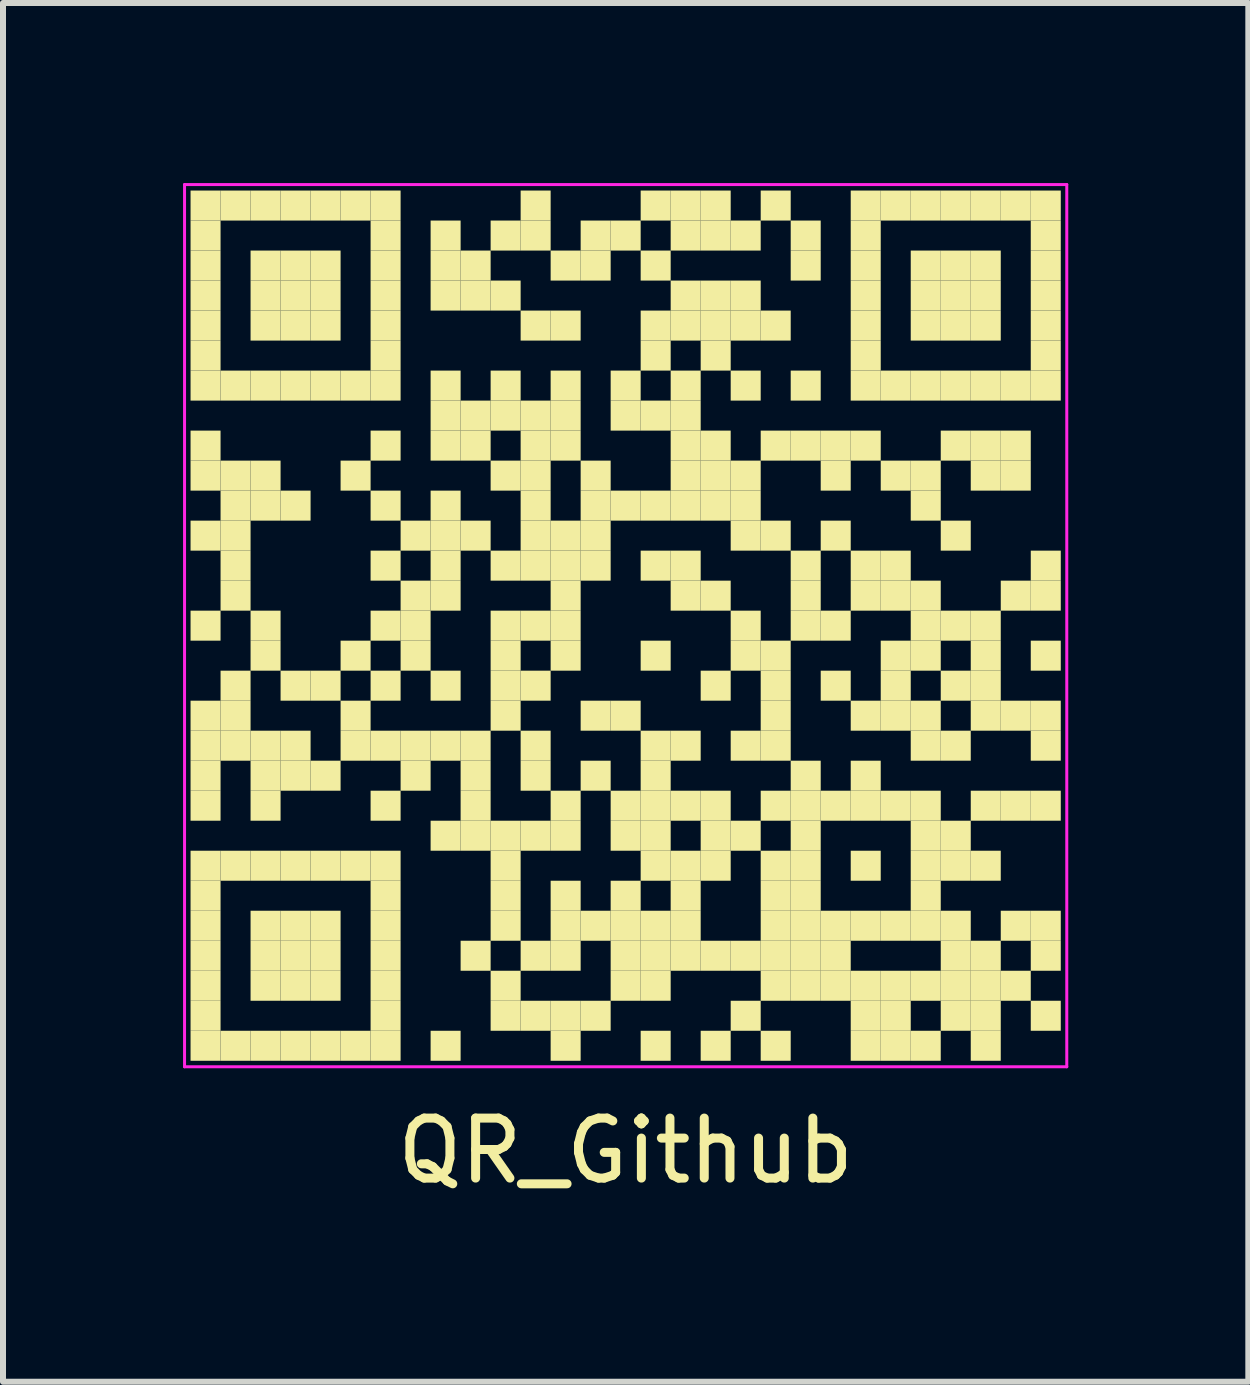
<source format=kicad_pcb>
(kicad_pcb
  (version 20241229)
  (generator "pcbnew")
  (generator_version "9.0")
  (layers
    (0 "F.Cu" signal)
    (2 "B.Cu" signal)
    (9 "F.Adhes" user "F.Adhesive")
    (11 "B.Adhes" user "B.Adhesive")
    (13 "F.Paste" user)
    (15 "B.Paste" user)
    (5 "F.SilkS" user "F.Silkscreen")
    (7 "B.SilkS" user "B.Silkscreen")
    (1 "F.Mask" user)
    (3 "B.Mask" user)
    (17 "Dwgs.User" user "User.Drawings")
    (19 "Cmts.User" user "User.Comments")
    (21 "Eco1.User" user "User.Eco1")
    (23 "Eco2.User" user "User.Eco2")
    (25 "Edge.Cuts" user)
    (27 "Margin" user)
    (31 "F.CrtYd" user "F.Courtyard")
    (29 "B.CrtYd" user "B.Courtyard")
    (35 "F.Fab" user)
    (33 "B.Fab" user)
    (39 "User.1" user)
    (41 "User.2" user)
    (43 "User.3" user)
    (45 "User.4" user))
  (footprint "QR_Github"
    (layer "F.Cu")
    (at 7.375 7.375)
    (property "Reference" "QR_Github" (at 0 8.75 0) (layer "F.SilkS") (effects (font (size 1 1) (thickness 0.15))))
    (fp_rect (start -7.25 -7.25) (end -6.75 -6.75) (stroke (width 0) (type default)) (fill yes) (layer "F.SilkS"))
    (fp_rect (start -7.25 -6.75) (end -6.75 -6.25) (stroke (width 0) (type default)) (fill yes) (layer "F.SilkS"))
    (fp_rect (start -7.25 -6.25) (end -6.75 -5.75) (stroke (width 0) (type default)) (fill yes) (layer "F.SilkS"))
    (fp_rect (start -7.25 -5.75) (end -6.75 -5.25) (stroke (width 0) (type default)) (fill yes) (layer "F.SilkS"))
    (fp_rect (start -7.25 -5.25) (end -6.75 -4.75) (stroke (width 0) (type default)) (fill yes) (layer "F.SilkS"))
    (fp_rect (start -7.25 -4.75) (end -6.75 -4.25) (stroke (width 0) (type default)) (fill yes) (layer "F.SilkS"))
    (fp_rect (start -7.25 -4.25) (end -6.75 -3.75) (stroke (width 0) (type default)) (fill yes) (layer "F.SilkS"))
    (fp_rect (start -7.25 -3.25) (end -6.75 -2.75) (stroke (width 0) (type default)) (fill yes) (layer "F.SilkS"))
    (fp_rect (start -7.25 -2.75) (end -6.75 -2.25) (stroke (width 0) (type default)) (fill yes) (layer "F.SilkS"))
    (fp_rect (start -7.25 -1.75) (end -6.75 -1.25) (stroke (width 0) (type default)) (fill yes) (layer "F.SilkS"))
    (fp_rect (start -7.25 -0.25) (end -6.75 0.25) (stroke (width 0) (type default)) (fill yes) (layer "F.SilkS"))
    (fp_rect (start -7.25 1.25) (end -6.75 1.75) (stroke (width 0) (type default)) (fill yes) (layer "F.SilkS"))
    (fp_rect (start -7.25 1.75) (end -6.75 2.25) (stroke (width 0) (type default)) (fill yes) (layer "F.SilkS"))
    (fp_rect (start -7.25 2.25) (end -6.75 2.75) (stroke (width 0) (type default)) (fill yes) (layer "F.SilkS"))
    (fp_rect (start -7.25 2.75) (end -6.75 3.25) (stroke (width 0) (type default)) (fill yes) (layer "F.SilkS"))
    (fp_rect (start -7.25 3.75) (end -6.75 4.25) (stroke (width 0) (type default)) (fill yes) (layer "F.SilkS"))
    (fp_rect (start -7.25 4.25) (end -6.75 4.75) (stroke (width 0) (type default)) (fill yes) (layer "F.SilkS"))
    (fp_rect (start -7.25 4.75) (end -6.75 5.25) (stroke (width 0) (type default)) (fill yes) (layer "F.SilkS"))
    (fp_rect (start -7.25 5.25) (end -6.75 5.75) (stroke (width 0) (type default)) (fill yes) (layer "F.SilkS"))
    (fp_rect (start -7.25 5.75) (end -6.75 6.25) (stroke (width 0) (type default)) (fill yes) (layer "F.SilkS"))
    (fp_rect (start -7.25 6.25) (end -6.75 6.75) (stroke (width 0) (type default)) (fill yes) (layer "F.SilkS"))
    (fp_rect (start -7.25 6.75) (end -6.75 7.25) (stroke (width 0) (type default)) (fill yes) (layer "F.SilkS"))
    (fp_rect (start -6.75 -7.25) (end -6.25 -6.75) (stroke (width 0) (type default)) (fill yes) (layer "F.SilkS"))
    (fp_rect (start -6.75 -4.25) (end -6.25 -3.75) (stroke (width 0) (type default)) (fill yes) (layer "F.SilkS"))
    (fp_rect (start -6.75 -2.75) (end -6.25 -2.25) (stroke (width 0) (type default)) (fill yes) (layer "F.SilkS"))
    (fp_rect (start -6.75 -2.25) (end -6.25 -1.75) (stroke (width 0) (type default)) (fill yes) (layer "F.SilkS"))
    (fp_rect (start -6.75 -1.75) (end -6.25 -1.25) (stroke (width 0) (type default)) (fill yes) (layer "F.SilkS"))
    (fp_rect (start -6.75 -1.25) (end -6.25 -0.75) (stroke (width 0) (type default)) (fill yes) (layer "F.SilkS"))
    (fp_rect (start -6.75 -0.75) (end -6.25 -0.25) (stroke (width 0) (type default)) (fill yes) (layer "F.SilkS"))
    (fp_rect (start -6.75 0.75) (end -6.25 1.25) (stroke (width 0) (type default)) (fill yes) (layer "F.SilkS"))
    (fp_rect (start -6.75 1.25) (end -6.25 1.75) (stroke (width 0) (type default)) (fill yes) (layer "F.SilkS"))
    (fp_rect (start -6.75 1.75) (end -6.25 2.25) (stroke (width 0) (type default)) (fill yes) (layer "F.SilkS"))
    (fp_rect (start -6.75 3.75) (end -6.25 4.25) (stroke (width 0) (type default)) (fill yes) (layer "F.SilkS"))
    (fp_rect (start -6.75 6.75) (end -6.25 7.25) (stroke (width 0) (type default)) (fill yes) (layer "F.SilkS"))
    (fp_rect (start -6.25 -7.25) (end -5.75 -6.75) (stroke (width 0) (type default)) (fill yes) (layer "F.SilkS"))
    (fp_rect (start -6.25 -6.25) (end -5.75 -5.75) (stroke (width 0) (type default)) (fill yes) (layer "F.SilkS"))
    (fp_rect (start -6.25 -5.75) (end -5.75 -5.25) (stroke (width 0) (type default)) (fill yes) (layer "F.SilkS"))
    (fp_rect (start -6.25 -5.25) (end -5.75 -4.75) (stroke (width 0) (type default)) (fill yes) (layer "F.SilkS"))
    (fp_rect (start -6.25 -4.25) (end -5.75 -3.75) (stroke (width 0) (type default)) (fill yes) (layer "F.SilkS"))
    (fp_rect (start -6.25 -2.75) (end -5.75 -2.25) (stroke (width 0) (type default)) (fill yes) (layer "F.SilkS"))
    (fp_rect (start -6.25 -2.25) (end -5.75 -1.75) (stroke (width 0) (type default)) (fill yes) (layer "F.SilkS"))
    (fp_rect (start -6.25 -0.25) (end -5.75 0.25) (stroke (width 0) (type default)) (fill yes) (layer "F.SilkS"))
    (fp_rect (start -6.25 0.25) (end -5.75 0.75) (stroke (width 0) (type default)) (fill yes) (layer "F.SilkS"))
    (fp_rect (start -6.25 1.75) (end -5.75 2.25) (stroke (width 0) (type default)) (fill yes) (layer "F.SilkS"))
    (fp_rect (start -6.25 2.25) (end -5.75 2.75) (stroke (width 0) (type default)) (fill yes) (layer "F.SilkS"))
    (fp_rect (start -6.25 2.75) (end -5.75 3.25) (stroke (width 0) (type default)) (fill yes) (layer "F.SilkS"))
    (fp_rect (start -6.25 3.75) (end -5.75 4.25) (stroke (width 0) (type default)) (fill yes) (layer "F.SilkS"))
    (fp_rect (start -6.25 4.75) (end -5.75 5.25) (stroke (width 0) (type default)) (fill yes) (layer "F.SilkS"))
    (fp_rect (start -6.25 5.25) (end -5.75 5.75) (stroke (width 0) (type default)) (fill yes) (layer "F.SilkS"))
    (fp_rect (start -6.25 5.75) (end -5.75 6.25) (stroke (width 0) (type default)) (fill yes) (layer "F.SilkS"))
    (fp_rect (start -6.25 6.75) (end -5.75 7.25) (stroke (width 0) (type default)) (fill yes) (layer "F.SilkS"))
    (fp_rect (start -5.75 -7.25) (end -5.25 -6.75) (stroke (width 0) (type default)) (fill yes) (layer "F.SilkS"))
    (fp_rect (start -5.75 -6.25) (end -5.25 -5.75) (stroke (width 0) (type default)) (fill yes) (layer "F.SilkS"))
    (fp_rect (start -5.75 -5.75) (end -5.25 -5.25) (stroke (width 0) (type default)) (fill yes) (layer "F.SilkS"))
    (fp_rect (start -5.75 -5.25) (end -5.25 -4.75) (stroke (width 0) (type default)) (fill yes) (layer "F.SilkS"))
    (fp_rect (start -5.75 -4.25) (end -5.25 -3.75) (stroke (width 0) (type default)) (fill yes) (layer "F.SilkS"))
    (fp_rect (start -5.75 -2.25) (end -5.25 -1.75) (stroke (width 0) (type default)) (fill yes) (layer "F.SilkS"))
    (fp_rect (start -5.75 0.75) (end -5.25 1.25) (stroke (width 0) (type default)) (fill yes) (layer "F.SilkS"))
    (fp_rect (start -5.75 1.75) (end -5.25 2.25) (stroke (width 0) (type default)) (fill yes) (layer "F.SilkS"))
    (fp_rect (start -5.75 2.25) (end -5.25 2.75) (stroke (width 0) (type default)) (fill yes) (layer "F.SilkS"))
    (fp_rect (start -5.75 3.75) (end -5.25 4.25) (stroke (width 0) (type default)) (fill yes) (layer "F.SilkS"))
    (fp_rect (start -5.75 4.75) (end -5.25 5.25) (stroke (width 0) (type default)) (fill yes) (layer "F.SilkS"))
    (fp_rect (start -5.75 5.25) (end -5.25 5.75) (stroke (width 0) (type default)) (fill yes) (layer "F.SilkS"))
    (fp_rect (start -5.75 5.75) (end -5.25 6.25) (stroke (width 0) (type default)) (fill yes) (layer "F.SilkS"))
    (fp_rect (start -5.75 6.75) (end -5.25 7.25) (stroke (width 0) (type default)) (fill yes) (layer "F.SilkS"))
    (fp_rect (start -5.25 -7.25) (end -4.75 -6.75) (stroke (width 0) (type default)) (fill yes) (layer "F.SilkS"))
    (fp_rect (start -5.25 -6.25) (end -4.75 -5.75) (stroke (width 0) (type default)) (fill yes) (layer "F.SilkS"))
    (fp_rect (start -5.25 -5.75) (end -4.75 -5.25) (stroke (width 0) (type default)) (fill yes) (layer "F.SilkS"))
    (fp_rect (start -5.25 -5.25) (end -4.75 -4.75) (stroke (width 0) (type default)) (fill yes) (layer "F.SilkS"))
    (fp_rect (start -5.25 -4.25) (end -4.75 -3.75) (stroke (width 0) (type default)) (fill yes) (layer "F.SilkS"))
    (fp_rect (start -5.25 0.75) (end -4.75 1.25) (stroke (width 0) (type default)) (fill yes) (layer "F.SilkS"))
    (fp_rect (start -5.25 2.25) (end -4.75 2.75) (stroke (width 0) (type default)) (fill yes) (layer "F.SilkS"))
    (fp_rect (start -5.25 3.75) (end -4.75 4.25) (stroke (width 0) (type default)) (fill yes) (layer "F.SilkS"))
    (fp_rect (start -5.25 4.75) (end -4.75 5.25) (stroke (width 0) (type default)) (fill yes) (layer "F.SilkS"))
    (fp_rect (start -5.25 5.25) (end -4.75 5.75) (stroke (width 0) (type default)) (fill yes) (layer "F.SilkS"))
    (fp_rect (start -5.25 5.75) (end -4.75 6.25) (stroke (width 0) (type default)) (fill yes) (layer "F.SilkS"))
    (fp_rect (start -5.25 6.75) (end -4.75 7.25) (stroke (width 0) (type default)) (fill yes) (layer "F.SilkS"))
    (fp_rect (start -4.75 -7.25) (end -4.25 -6.75) (stroke (width 0) (type default)) (fill yes) (layer "F.SilkS"))
    (fp_rect (start -4.75 -4.25) (end -4.25 -3.75) (stroke (width 0) (type default)) (fill yes) (layer "F.SilkS"))
    (fp_rect (start -4.75 -2.75) (end -4.25 -2.25) (stroke (width 0) (type default)) (fill yes) (layer "F.SilkS"))
    (fp_rect (start -4.75 0.25) (end -4.25 0.75) (stroke (width 0) (type default)) (fill yes) (layer "F.SilkS"))
    (fp_rect (start -4.75 1.25) (end -4.25 1.75) (stroke (width 0) (type default)) (fill yes) (layer "F.SilkS"))
    (fp_rect (start -4.75 1.75) (end -4.25 2.25) (stroke (width 0) (type default)) (fill yes) (layer "F.SilkS"))
    (fp_rect (start -4.75 3.75) (end -4.25 4.25) (stroke (width 0) (type default)) (fill yes) (layer "F.SilkS"))
    (fp_rect (start -4.75 6.75) (end -4.25 7.25) (stroke (width 0) (type default)) (fill yes) (layer "F.SilkS"))
    (fp_rect (start -4.25 -7.25) (end -3.75 -6.75) (stroke (width 0) (type default)) (fill yes) (layer "F.SilkS"))
    (fp_rect (start -4.25 -6.75) (end -3.75 -6.25) (stroke (width 0) (type default)) (fill yes) (layer "F.SilkS"))
    (fp_rect (start -4.25 -6.25) (end -3.75 -5.75) (stroke (width 0) (type default)) (fill yes) (layer "F.SilkS"))
    (fp_rect (start -4.25 -5.75) (end -3.75 -5.25) (stroke (width 0) (type default)) (fill yes) (layer "F.SilkS"))
    (fp_rect (start -4.25 -5.25) (end -3.75 -4.75) (stroke (width 0) (type default)) (fill yes) (layer "F.SilkS"))
    (fp_rect (start -4.25 -4.75) (end -3.75 -4.25) (stroke (width 0) (type default)) (fill yes) (layer "F.SilkS"))
    (fp_rect (start -4.25 -4.25) (end -3.75 -3.75) (stroke (width 0) (type default)) (fill yes) (layer "F.SilkS"))
    (fp_rect (start -4.25 -3.25) (end -3.75 -2.75) (stroke (width 0) (type default)) (fill yes) (layer "F.SilkS"))
    (fp_rect (start -4.25 -2.25) (end -3.75 -1.75) (stroke (width 0) (type default)) (fill yes) (layer "F.SilkS"))
    (fp_rect (start -4.25 -1.25) (end -3.75 -0.75) (stroke (width 0) (type default)) (fill yes) (layer "F.SilkS"))
    (fp_rect (start -4.25 -0.25) (end -3.75 0.25) (stroke (width 0) (type default)) (fill yes) (layer "F.SilkS"))
    (fp_rect (start -4.25 0.75) (end -3.75 1.25) (stroke (width 0) (type default)) (fill yes) (layer "F.SilkS"))
    (fp_rect (start -4.25 1.75) (end -3.75 2.25) (stroke (width 0) (type default)) (fill yes) (layer "F.SilkS"))
    (fp_rect (start -4.25 2.75) (end -3.75 3.25) (stroke (width 0) (type default)) (fill yes) (layer "F.SilkS"))
    (fp_rect (start -4.25 3.75) (end -3.75 4.25) (stroke (width 0) (type default)) (fill yes) (layer "F.SilkS"))
    (fp_rect (start -4.25 4.25) (end -3.75 4.75) (stroke (width 0) (type default)) (fill yes) (layer "F.SilkS"))
    (fp_rect (start -4.25 4.75) (end -3.75 5.25) (stroke (width 0) (type default)) (fill yes) (layer "F.SilkS"))
    (fp_rect (start -4.25 5.25) (end -3.75 5.75) (stroke (width 0) (type default)) (fill yes) (layer "F.SilkS"))
    (fp_rect (start -4.25 5.75) (end -3.75 6.25) (stroke (width 0) (type default)) (fill yes) (layer "F.SilkS"))
    (fp_rect (start -4.25 6.25) (end -3.75 6.75) (stroke (width 0) (type default)) (fill yes) (layer "F.SilkS"))
    (fp_rect (start -4.25 6.75) (end -3.75 7.25) (stroke (width 0) (type default)) (fill yes) (layer "F.SilkS"))
    (fp_rect (start -3.75 -1.75) (end -3.25 -1.25) (stroke (width 0) (type default)) (fill yes) (layer "F.SilkS"))
    (fp_rect (start -3.75 -0.75) (end -3.25 -0.25) (stroke (width 0) (type default)) (fill yes) (layer "F.SilkS"))
    (fp_rect (start -3.75 -0.25) (end -3.25 0.25) (stroke (width 0) (type default)) (fill yes) (layer "F.SilkS"))
    (fp_rect (start -3.75 0.25) (end -3.25 0.75) (stroke (width 0) (type default)) (fill yes) (layer "F.SilkS"))
    (fp_rect (start -3.75 1.75) (end -3.25 2.25) (stroke (width 0) (type default)) (fill yes) (layer "F.SilkS"))
    (fp_rect (start -3.75 2.25) (end -3.25 2.75) (stroke (width 0) (type default)) (fill yes) (layer "F.SilkS"))
    (fp_rect (start -3.25 -6.75) (end -2.75 -6.25) (stroke (width 0) (type default)) (fill yes) (layer "F.SilkS"))
    (fp_rect (start -3.25 -6.25) (end -2.75 -5.75) (stroke (width 0) (type default)) (fill yes) (layer "F.SilkS"))
    (fp_rect (start -3.25 -5.75) (end -2.75 -5.25) (stroke (width 0) (type default)) (fill yes) (layer "F.SilkS"))
    (fp_rect (start -3.25 -4.25) (end -2.75 -3.75) (stroke (width 0) (type default)) (fill yes) (layer "F.SilkS"))
    (fp_rect (start -3.25 -3.75) (end -2.75 -3.25) (stroke (width 0) (type default)) (fill yes) (layer "F.SilkS"))
    (fp_rect (start -3.25 -3.25) (end -2.75 -2.75) (stroke (width 0) (type default)) (fill yes) (layer "F.SilkS"))
    (fp_rect (start -3.25 -2.25) (end -2.75 -1.75) (stroke (width 0) (type default)) (fill yes) (layer "F.SilkS"))
    (fp_rect (start -3.25 -1.75) (end -2.75 -1.25) (stroke (width 0) (type default)) (fill yes) (layer "F.SilkS"))
    (fp_rect (start -3.25 -1.25) (end -2.75 -0.75) (stroke (width 0) (type default)) (fill yes) (layer "F.SilkS"))
    (fp_rect (start -3.25 -0.75) (end -2.75 -0.25) (stroke (width 0) (type default)) (fill yes) (layer "F.SilkS"))
    (fp_rect (start -3.25 0.75) (end -2.75 1.25) (stroke (width 0) (type default)) (fill yes) (layer "F.SilkS"))
    (fp_rect (start -3.25 1.75) (end -2.75 2.25) (stroke (width 0) (type default)) (fill yes) (layer "F.SilkS"))
    (fp_rect (start -3.25 3.25) (end -2.75 3.75) (stroke (width 0) (type default)) (fill yes) (layer "F.SilkS"))
    (fp_rect (start -3.25 6.75) (end -2.75 7.25) (stroke (width 0) (type default)) (fill yes) (layer "F.SilkS"))
    (fp_rect (start -2.75 -6.25) (end -2.25 -5.75) (stroke (width 0) (type default)) (fill yes) (layer "F.SilkS"))
    (fp_rect (start -2.75 -5.75) (end -2.25 -5.25) (stroke (width 0) (type default)) (fill yes) (layer "F.SilkS"))
    (fp_rect (start -2.75 -3.75) (end -2.25 -3.25) (stroke (width 0) (type default)) (fill yes) (layer "F.SilkS"))
    (fp_rect (start -2.75 -3.25) (end -2.25 -2.75) (stroke (width 0) (type default)) (fill yes) (layer "F.SilkS"))
    (fp_rect (start -2.75 -1.75) (end -2.25 -1.25) (stroke (width 0) (type default)) (fill yes) (layer "F.SilkS"))
    (fp_rect (start -2.75 1.75) (end -2.25 2.25) (stroke (width 0) (type default)) (fill yes) (layer "F.SilkS"))
    (fp_rect (start -2.75 2.25) (end -2.25 2.75) (stroke (width 0) (type default)) (fill yes) (layer "F.SilkS"))
    (fp_rect (start -2.75 2.75) (end -2.25 3.25) (stroke (width 0) (type default)) (fill yes) (layer "F.SilkS"))
    (fp_rect (start -2.75 3.25) (end -2.25 3.75) (stroke (width 0) (type default)) (fill yes) (layer "F.SilkS"))
    (fp_rect (start -2.75 5.25) (end -2.25 5.75) (stroke (width 0) (type default)) (fill yes) (layer "F.SilkS"))
    (fp_rect (start -2.25 -6.75) (end -1.75 -6.25) (stroke (width 0) (type default)) (fill yes) (layer "F.SilkS"))
    (fp_rect (start -2.25 -5.75) (end -1.75 -5.25) (stroke (width 0) (type default)) (fill yes) (layer "F.SilkS"))
    (fp_rect (start -2.25 -4.25) (end -1.75 -3.75) (stroke (width 0) (type default)) (fill yes) (layer "F.SilkS"))
    (fp_rect (start -2.25 -3.75) (end -1.75 -3.25) (stroke (width 0) (type default)) (fill yes) (layer "F.SilkS"))
    (fp_rect (start -2.25 -2.75) (end -1.75 -2.25) (stroke (width 0) (type default)) (fill yes) (layer "F.SilkS"))
    (fp_rect (start -2.25 -1.25) (end -1.75 -0.75) (stroke (width 0) (type default)) (fill yes) (layer "F.SilkS"))
    (fp_rect (start -2.25 -0.25) (end -1.75 0.25) (stroke (width 0) (type default)) (fill yes) (layer "F.SilkS"))
    (fp_rect (start -2.25 0.25) (end -1.75 0.75) (stroke (width 0) (type default)) (fill yes) (layer "F.SilkS"))
    (fp_rect (start -2.25 0.75) (end -1.75 1.25) (stroke (width 0) (type default)) (fill yes) (layer "F.SilkS"))
    (fp_rect (start -2.25 1.25) (end -1.75 1.75) (stroke (width 0) (type default)) (fill yes) (layer "F.SilkS"))
    (fp_rect (start -2.25 3.25) (end -1.75 3.75) (stroke (width 0) (type default)) (fill yes) (layer "F.SilkS"))
    (fp_rect (start -2.25 3.75) (end -1.75 4.25) (stroke (width 0) (type default)) (fill yes) (layer "F.SilkS"))
    (fp_rect (start -2.25 4.25) (end -1.75 4.75) (stroke (width 0) (type default)) (fill yes) (layer "F.SilkS"))
    (fp_rect (start -2.25 4.75) (end -1.75 5.25) (stroke (width 0) (type default)) (fill yes) (layer "F.SilkS"))
    (fp_rect (start -2.25 5.75) (end -1.75 6.25) (stroke (width 0) (type default)) (fill yes) (layer "F.SilkS"))
    (fp_rect (start -2.25 6.25) (end -1.75 6.75) (stroke (width 0) (type default)) (fill yes) (layer "F.SilkS"))
    (fp_rect (start -1.75 -7.25) (end -1.25 -6.75) (stroke (width 0) (type default)) (fill yes) (layer "F.SilkS"))
    (fp_rect (start -1.75 -6.75) (end -1.25 -6.25) (stroke (width 0) (type default)) (fill yes) (layer "F.SilkS"))
    (fp_rect (start -1.75 -5.25) (end -1.25 -4.75) (stroke (width 0) (type default)) (fill yes) (layer "F.SilkS"))
    (fp_rect (start -1.75 -3.75) (end -1.25 -3.25) (stroke (width 0) (type default)) (fill yes) (layer "F.SilkS"))
    (fp_rect (start -1.75 -3.25) (end -1.25 -2.75) (stroke (width 0) (type default)) (fill yes) (layer "F.SilkS"))
    (fp_rect (start -1.75 -2.75) (end -1.25 -2.25) (stroke (width 0) (type default)) (fill yes) (layer "F.SilkS"))
    (fp_rect (start -1.75 -2.25) (end -1.25 -1.75) (stroke (width 0) (type default)) (fill yes) (layer "F.SilkS"))
    (fp_rect (start -1.75 -1.75) (end -1.25 -1.25) (stroke (width 0) (type default)) (fill yes) (layer "F.SilkS"))
    (fp_rect (start -1.75 -1.25) (end -1.25 -0.75) (stroke (width 0) (type default)) (fill yes) (layer "F.SilkS"))
    (fp_rect (start -1.75 -0.25) (end -1.25 0.25) (stroke (width 0) (type default)) (fill yes) (layer "F.SilkS"))
    (fp_rect (start -1.75 0.75) (end -1.25 1.25) (stroke (width 0) (type default)) (fill yes) (layer "F.SilkS"))
    (fp_rect (start -1.75 1.75) (end -1.25 2.25) (stroke (width 0) (type default)) (fill yes) (layer "F.SilkS"))
    (fp_rect (start -1.75 2.25) (end -1.25 2.75) (stroke (width 0) (type default)) (fill yes) (layer "F.SilkS"))
    (fp_rect (start -1.75 3.25) (end -1.25 3.75) (stroke (width 0) (type default)) (fill yes) (layer "F.SilkS"))
    (fp_rect (start -1.75 5.25) (end -1.25 5.75) (stroke (width 0) (type default)) (fill yes) (layer "F.SilkS"))
    (fp_rect (start -1.75 6.25) (end -1.25 6.75) (stroke (width 0) (type default)) (fill yes) (layer "F.SilkS"))
    (fp_rect (start -1.25 -6.25) (end -0.75 -5.75) (stroke (width 0) (type default)) (fill yes) (layer "F.SilkS"))
    (fp_rect (start -1.25 -5.25) (end -0.75 -4.75) (stroke (width 0) (type default)) (fill yes) (layer "F.SilkS"))
    (fp_rect (start -1.25 -4.25) (end -0.75 -3.75) (stroke (width 0) (type default)) (fill yes) (layer "F.SilkS"))
    (fp_rect (start -1.25 -3.75) (end -0.75 -3.25) (stroke (width 0) (type default)) (fill yes) (layer "F.SilkS"))
    (fp_rect (start -1.25 -3.25) (end -0.75 -2.75) (stroke (width 0) (type default)) (fill yes) (layer "F.SilkS"))
    (fp_rect (start -1.25 -1.75) (end -0.75 -1.25) (stroke (width 0) (type default)) (fill yes) (layer "F.SilkS"))
    (fp_rect (start -1.25 -1.25) (end -0.75 -0.75) (stroke (width 0) (type default)) (fill yes) (layer "F.SilkS"))
    (fp_rect (start -1.25 -0.75) (end -0.75 -0.25) (stroke (width 0) (type default)) (fill yes) (layer "F.SilkS"))
    (fp_rect (start -1.25 -0.25) (end -0.75 0.25) (stroke (width 0) (type default)) (fill yes) (layer "F.SilkS"))
    (fp_rect (start -1.25 0.25) (end -0.75 0.75) (stroke (width 0) (type default)) (fill yes) (layer "F.SilkS"))
    (fp_rect (start -1.25 2.75) (end -0.75 3.25) (stroke (width 0) (type default)) (fill yes) (layer "F.SilkS"))
    (fp_rect (start -1.25 3.25) (end -0.75 3.75) (stroke (width 0) (type default)) (fill yes) (layer "F.SilkS"))
    (fp_rect (start -1.25 4.25) (end -0.75 4.75) (stroke (width 0) (type default)) (fill yes) (layer "F.SilkS"))
    (fp_rect (start -1.25 4.75) (end -0.75 5.25) (stroke (width 0) (type default)) (fill yes) (layer "F.SilkS"))
    (fp_rect (start -1.25 5.25) (end -0.75 5.75) (stroke (width 0) (type default)) (fill yes) (layer "F.SilkS"))
    (fp_rect (start -1.25 6.25) (end -0.75 6.75) (stroke (width 0) (type default)) (fill yes) (layer "F.SilkS"))
    (fp_rect (start -1.25 6.75) (end -0.75 7.25) (stroke (width 0) (type default)) (fill yes) (layer "F.SilkS"))
    (fp_rect (start -0.75 -6.75) (end -0.25 -6.25) (stroke (width 0) (type default)) (fill yes) (layer "F.SilkS"))
    (fp_rect (start -0.75 -6.25) (end -0.25 -5.75) (stroke (width 0) (type default)) (fill yes) (layer "F.SilkS"))
    (fp_rect (start -0.75 -2.75) (end -0.25 -2.25) (stroke (width 0) (type default)) (fill yes) (layer "F.SilkS"))
    (fp_rect (start -0.75 -2.25) (end -0.25 -1.75) (stroke (width 0) (type default)) (fill yes) (layer "F.SilkS"))
    (fp_rect (start -0.75 -1.75) (end -0.25 -1.25) (stroke (width 0) (type default)) (fill yes) (layer "F.SilkS"))
    (fp_rect (start -0.75 -1.25) (end -0.25 -0.75) (stroke (width 0) (type default)) (fill yes) (layer "F.SilkS"))
    (fp_rect (start -0.75 1.25) (end -0.25 1.75) (stroke (width 0) (type default)) (fill yes) (layer "F.SilkS"))
    (fp_rect (start -0.75 2.25) (end -0.25 2.75) (stroke (width 0) (type default)) (fill yes) (layer "F.SilkS"))
    (fp_rect (start -0.75 4.75) (end -0.25 5.25) (stroke (width 0) (type default)) (fill yes) (layer "F.SilkS"))
    (fp_rect (start -0.75 6.25) (end -0.25 6.75) (stroke (width 0) (type default)) (fill yes) (layer "F.SilkS"))
    (fp_rect (start -0.25 -6.75) (end 0.25 -6.25) (stroke (width 0) (type default)) (fill yes) (layer "F.SilkS"))
    (fp_rect (start -0.25 -4.25) (end 0.25 -3.75) (stroke (width 0) (type default)) (fill yes) (layer "F.SilkS"))
    (fp_rect (start -0.25 -3.75) (end 0.25 -3.25) (stroke (width 0) (type default)) (fill yes) (layer "F.SilkS"))
    (fp_rect (start -0.25 -2.25) (end 0.25 -1.75) (stroke (width 0) (type default)) (fill yes) (layer "F.SilkS"))
    (fp_rect (start -0.25 1.25) (end 0.25 1.75) (stroke (width 0) (type default)) (fill yes) (layer "F.SilkS"))
    (fp_rect (start -0.25 2.75) (end 0.25 3.25) (stroke (width 0) (type default)) (fill yes) (layer "F.SilkS"))
    (fp_rect (start -0.25 3.25) (end 0.25 3.75) (stroke (width 0) (type default)) (fill yes) (layer "F.SilkS"))
    (fp_rect (start -0.25 4.25) (end 0.25 4.75) (stroke (width 0) (type default)) (fill yes) (layer "F.SilkS"))
    (fp_rect (start -0.25 4.75) (end 0.25 5.25) (stroke (width 0) (type default)) (fill yes) (layer "F.SilkS"))
    (fp_rect (start -0.25 5.25) (end 0.25 5.75) (stroke (width 0) (type default)) (fill yes) (layer "F.SilkS"))
    (fp_rect (start -0.25 5.75) (end 0.25 6.25) (stroke (width 0) (type default)) (fill yes) (layer "F.SilkS"))
    (fp_rect (start 0.25 -7.25) (end 0.75 -6.75) (stroke (width 0) (type default)) (fill yes) (layer "F.SilkS"))
    (fp_rect (start 0.25 -6.25) (end 0.75 -5.75) (stroke (width 0) (type default)) (fill yes) (layer "F.SilkS"))
    (fp_rect (start 0.25 -5.25) (end 0.75 -4.75) (stroke (width 0) (type default)) (fill yes) (layer "F.SilkS"))
    (fp_rect (start 0.25 -4.75) (end 0.75 -4.25) (stroke (width 0) (type default)) (fill yes) (layer "F.SilkS"))
    (fp_rect (start 0.25 -3.75) (end 0.75 -3.25) (stroke (width 0) (type default)) (fill yes) (layer "F.SilkS"))
    (fp_rect (start 0.25 -2.25) (end 0.75 -1.75) (stroke (width 0) (type default)) (fill yes) (layer "F.SilkS"))
    (fp_rect (start 0.25 -1.25) (end 0.75 -0.75) (stroke (width 0) (type default)) (fill yes) (layer "F.SilkS"))
    (fp_rect (start 0.25 0.25) (end 0.75 0.75) (stroke (width 0) (type default)) (fill yes) (layer "F.SilkS"))
    (fp_rect (start 0.25 1.75) (end 0.75 2.25) (stroke (width 0) (type default)) (fill yes) (layer "F.SilkS"))
    (fp_rect (start 0.25 2.25) (end 0.75 2.75) (stroke (width 0) (type default)) (fill yes) (layer "F.SilkS"))
    (fp_rect (start 0.25 2.75) (end 0.75 3.25) (stroke (width 0) (type default)) (fill yes) (layer "F.SilkS"))
    (fp_rect (start 0.25 3.25) (end 0.75 3.75) (stroke (width 0) (type default)) (fill yes) (layer "F.SilkS"))
    (fp_rect (start 0.25 3.75) (end 0.75 4.25) (stroke (width 0) (type default)) (fill yes) (layer "F.SilkS"))
    (fp_rect (start 0.25 4.75) (end 0.75 5.25) (stroke (width 0) (type default)) (fill yes) (layer "F.SilkS"))
    (fp_rect (start 0.25 5.25) (end 0.75 5.75) (stroke (width 0) (type default)) (fill yes) (layer "F.SilkS"))
    (fp_rect (start 0.25 5.75) (end 0.75 6.25) (stroke (width 0) (type default)) (fill yes) (layer "F.SilkS"))
    (fp_rect (start 0.25 6.75) (end 0.75 7.25) (stroke (width 0) (type default)) (fill yes) (layer "F.SilkS"))
    (fp_rect (start 0.75 -7.25) (end 1.25 -6.75) (stroke (width 0) (type default)) (fill yes) (layer "F.SilkS"))
    (fp_rect (start 0.75 -6.75) (end 1.25 -6.25) (stroke (width 0) (type default)) (fill yes) (layer "F.SilkS"))
    (fp_rect (start 0.75 -5.75) (end 1.25 -5.25) (stroke (width 0) (type default)) (fill yes) (layer "F.SilkS"))
    (fp_rect (start 0.75 -5.25) (end 1.25 -4.75) (stroke (width 0) (type default)) (fill yes) (layer "F.SilkS"))
    (fp_rect (start 0.75 -4.25) (end 1.25 -3.75) (stroke (width 0) (type default)) (fill yes) (layer "F.SilkS"))
    (fp_rect (start 0.75 -3.75) (end 1.25 -3.25) (stroke (width 0) (type default)) (fill yes) (layer "F.SilkS"))
    (fp_rect (start 0.75 -3.25) (end 1.25 -2.75) (stroke (width 0) (type default)) (fill yes) (layer "F.SilkS"))
    (fp_rect (start 0.75 -2.75) (end 1.25 -2.25) (stroke (width 0) (type default)) (fill yes) (layer "F.SilkS"))
    (fp_rect (start 0.75 -2.25) (end 1.25 -1.75) (stroke (width 0) (type default)) (fill yes) (layer "F.SilkS"))
    (fp_rect (start 0.75 -1.25) (end 1.25 -0.75) (stroke (width 0) (type default)) (fill yes) (layer "F.SilkS"))
    (fp_rect (start 0.75 -0.75) (end 1.25 -0.25) (stroke (width 0) (type default)) (fill yes) (layer "F.SilkS"))
    (fp_rect (start 0.75 1.75) (end 1.25 2.25) (stroke (width 0) (type default)) (fill yes) (layer "F.SilkS"))
    (fp_rect (start 0.75 2.75) (end 1.25 3.25) (stroke (width 0) (type default)) (fill yes) (layer "F.SilkS"))
    (fp_rect (start 0.75 3.75) (end 1.25 4.25) (stroke (width 0) (type default)) (fill yes) (layer "F.SilkS"))
    (fp_rect (start 0.75 4.25) (end 1.25 4.75) (stroke (width 0) (type default)) (fill yes) (layer "F.SilkS"))
    (fp_rect (start 0.75 4.75) (end 1.25 5.25) (stroke (width 0) (type default)) (fill yes) (layer "F.SilkS"))
    (fp_rect (start 0.75 5.25) (end 1.25 5.75) (stroke (width 0) (type default)) (fill yes) (layer "F.SilkS"))
    (fp_rect (start 1.25 -7.25) (end 1.75 -6.75) (stroke (width 0) (type default)) (fill yes) (layer "F.SilkS"))
    (fp_rect (start 1.25 -6.75) (end 1.75 -6.25) (stroke (width 0) (type default)) (fill yes) (layer "F.SilkS"))
    (fp_rect (start 1.25 -5.75) (end 1.75 -5.25) (stroke (width 0) (type default)) (fill yes) (layer "F.SilkS"))
    (fp_rect (start 1.25 -5.25) (end 1.75 -4.75) (stroke (width 0) (type default)) (fill yes) (layer "F.SilkS"))
    (fp_rect (start 1.25 -4.75) (end 1.75 -4.25) (stroke (width 0) (type default)) (fill yes) (layer "F.SilkS"))
    (fp_rect (start 1.25 -3.25) (end 1.75 -2.75) (stroke (width 0) (type default)) (fill yes) (layer "F.SilkS"))
    (fp_rect (start 1.25 -2.75) (end 1.75 -2.25) (stroke (width 0) (type default)) (fill yes) (layer "F.SilkS"))
    (fp_rect (start 1.25 -2.25) (end 1.75 -1.75) (stroke (width 0) (type default)) (fill yes) (layer "F.SilkS"))
    (fp_rect (start 1.25 -0.75) (end 1.75 -0.25) (stroke (width 0) (type default)) (fill yes) (layer "F.SilkS"))
    (fp_rect (start 1.25 0.75) (end 1.75 1.25) (stroke (width 0) (type default)) (fill yes) (layer "F.SilkS"))
    (fp_rect (start 1.25 2.75) (end 1.75 3.25) (stroke (width 0) (type default)) (fill yes) (layer "F.SilkS"))
    (fp_rect (start 1.25 3.25) (end 1.75 3.75) (stroke (width 0) (type default)) (fill yes) (layer "F.SilkS"))
    (fp_rect (start 1.25 3.75) (end 1.75 4.25) (stroke (width 0) (type default)) (fill yes) (layer "F.SilkS"))
    (fp_rect (start 1.25 5.25) (end 1.75 5.75) (stroke (width 0) (type default)) (fill yes) (layer "F.SilkS"))
    (fp_rect (start 1.25 6.75) (end 1.75 7.25) (stroke (width 0) (type default)) (fill yes) (layer "F.SilkS"))
    (fp_rect (start 1.75 -6.75) (end 2.25 -6.25) (stroke (width 0) (type default)) (fill yes) (layer "F.SilkS"))
    (fp_rect (start 1.75 -5.75) (end 2.25 -5.25) (stroke (width 0) (type default)) (fill yes) (layer "F.SilkS"))
    (fp_rect (start 1.75 -5.25) (end 2.25 -4.75) (stroke (width 0) (type default)) (fill yes) (layer "F.SilkS"))
    (fp_rect (start 1.75 -4.25) (end 2.25 -3.75) (stroke (width 0) (type default)) (fill yes) (layer "F.SilkS"))
    (fp_rect (start 1.75 -2.75) (end 2.25 -2.25) (stroke (width 0) (type default)) (fill yes) (layer "F.SilkS"))
    (fp_rect (start 1.75 -2.25) (end 2.25 -1.75) (stroke (width 0) (type default)) (fill yes) (layer "F.SilkS"))
    (fp_rect (start 1.75 -1.75) (end 2.25 -1.25) (stroke (width 0) (type default)) (fill yes) (layer "F.SilkS"))
    (fp_rect (start 1.75 -0.25) (end 2.25 0.25) (stroke (width 0) (type default)) (fill yes) (layer "F.SilkS"))
    (fp_rect (start 1.75 0.25) (end 2.25 0.75) (stroke (width 0) (type default)) (fill yes) (layer "F.SilkS"))
    (fp_rect (start 1.75 1.75) (end 2.25 2.25) (stroke (width 0) (type default)) (fill yes) (layer "F.SilkS"))
    (fp_rect (start 1.75 3.25) (end 2.25 3.75) (stroke (width 0) (type default)) (fill yes) (layer "F.SilkS"))
    (fp_rect (start 1.75 5.25) (end 2.25 5.75) (stroke (width 0) (type default)) (fill yes) (layer "F.SilkS"))
    (fp_rect (start 1.75 6.25) (end 2.25 6.75) (stroke (width 0) (type default)) (fill yes) (layer "F.SilkS"))
    (fp_rect (start 2.25 -7.25) (end 2.75 -6.75) (stroke (width 0) (type default)) (fill yes) (layer "F.SilkS"))
    (fp_rect (start 2.25 -5.25) (end 2.75 -4.75) (stroke (width 0) (type default)) (fill yes) (layer "F.SilkS"))
    (fp_rect (start 2.25 -3.25) (end 2.75 -2.75) (stroke (width 0) (type default)) (fill yes) (layer "F.SilkS"))
    (fp_rect (start 2.25 -1.75) (end 2.75 -1.25) (stroke (width 0) (type default)) (fill yes) (layer "F.SilkS"))
    (fp_rect (start 2.25 0.25) (end 2.75 0.75) (stroke (width 0) (type default)) (fill yes) (layer "F.SilkS"))
    (fp_rect (start 2.25 0.75) (end 2.75 1.25) (stroke (width 0) (type default)) (fill yes) (layer "F.SilkS"))
    (fp_rect (start 2.25 1.25) (end 2.75 1.75) (stroke (width 0) (type default)) (fill yes) (layer "F.SilkS"))
    (fp_rect (start 2.25 1.75) (end 2.75 2.25) (stroke (width 0) (type default)) (fill yes) (layer "F.SilkS"))
    (fp_rect (start 2.25 2.75) (end 2.75 3.25) (stroke (width 0) (type default)) (fill yes) (layer "F.SilkS"))
    (fp_rect (start 2.25 3.75) (end 2.75 4.25) (stroke (width 0) (type default)) (fill yes) (layer "F.SilkS"))
    (fp_rect (start 2.25 4.25) (end 2.75 4.75) (stroke (width 0) (type default)) (fill yes) (layer "F.SilkS"))
    (fp_rect (start 2.25 4.75) (end 2.75 5.25) (stroke (width 0) (type default)) (fill yes) (layer "F.SilkS"))
    (fp_rect (start 2.25 5.25) (end 2.75 5.75) (stroke (width 0) (type default)) (fill yes) (layer "F.SilkS"))
    (fp_rect (start 2.25 5.75) (end 2.75 6.25) (stroke (width 0) (type default)) (fill yes) (layer "F.SilkS"))
    (fp_rect (start 2.25 6.75) (end 2.75 7.25) (stroke (width 0) (type default)) (fill yes) (layer "F.SilkS"))
    (fp_rect (start 2.75 -6.75) (end 3.25 -6.25) (stroke (width 0) (type default)) (fill yes) (layer "F.SilkS"))
    (fp_rect (start 2.75 -6.25) (end 3.25 -5.75) (stroke (width 0) (type default)) (fill yes) (layer "F.SilkS"))
    (fp_rect (start 2.75 -4.25) (end 3.25 -3.75) (stroke (width 0) (type default)) (fill yes) (layer "F.SilkS"))
    (fp_rect (start 2.75 -3.25) (end 3.25 -2.75) (stroke (width 0) (type default)) (fill yes) (layer "F.SilkS"))
    (fp_rect (start 2.75 -1.25) (end 3.25 -0.75) (stroke (width 0) (type default)) (fill yes) (layer "F.SilkS"))
    (fp_rect (start 2.75 -0.75) (end 3.25 -0.25) (stroke (width 0) (type default)) (fill yes) (layer "F.SilkS"))
    (fp_rect (start 2.75 -0.25) (end 3.25 0.25) (stroke (width 0) (type default)) (fill yes) (layer "F.SilkS"))
    (fp_rect (start 2.75 2.25) (end 3.25 2.75) (stroke (width 0) (type default)) (fill yes) (layer "F.SilkS"))
    (fp_rect (start 2.75 2.75) (end 3.25 3.25) (stroke (width 0) (type default)) (fill yes) (layer "F.SilkS"))
    (fp_rect (start 2.75 3.25) (end 3.25 3.75) (stroke (width 0) (type default)) (fill yes) (layer "F.SilkS"))
    (fp_rect (start 2.75 3.75) (end 3.25 4.25) (stroke (width 0) (type default)) (fill yes) (layer "F.SilkS"))
    (fp_rect (start 2.75 4.25) (end 3.25 4.75) (stroke (width 0) (type default)) (fill yes) (layer "F.SilkS"))
    (fp_rect (start 2.75 4.75) (end 3.25 5.25) (stroke (width 0) (type default)) (fill yes) (layer "F.SilkS"))
    (fp_rect (start 2.75 5.25) (end 3.25 5.75) (stroke (width 0) (type default)) (fill yes) (layer "F.SilkS"))
    (fp_rect (start 2.75 5.75) (end 3.25 6.25) (stroke (width 0) (type default)) (fill yes) (layer "F.SilkS"))
    (fp_rect (start 3.25 -3.25) (end 3.75 -2.75) (stroke (width 0) (type default)) (fill yes) (layer "F.SilkS"))
    (fp_rect (start 3.25 -2.75) (end 3.75 -2.25) (stroke (width 0) (type default)) (fill yes) (layer "F.SilkS"))
    (fp_rect (start 3.25 -1.75) (end 3.75 -1.25) (stroke (width 0) (type default)) (fill yes) (layer "F.SilkS"))
    (fp_rect (start 3.25 -0.25) (end 3.75 0.25) (stroke (width 0) (type default)) (fill yes) (layer "F.SilkS"))
    (fp_rect (start 3.25 0.75) (end 3.75 1.25) (stroke (width 0) (type default)) (fill yes) (layer "F.SilkS"))
    (fp_rect (start 3.25 2.75) (end 3.75 3.25) (stroke (width 0) (type default)) (fill yes) (layer "F.SilkS"))
    (fp_rect (start 3.25 4.75) (end 3.75 5.25) (stroke (width 0) (type default)) (fill yes) (layer "F.SilkS"))
    (fp_rect (start 3.25 5.25) (end 3.75 5.75) (stroke (width 0) (type default)) (fill yes) (layer "F.SilkS"))
    (fp_rect (start 3.25 5.75) (end 3.75 6.25) (stroke (width 0) (type default)) (fill yes) (layer "F.SilkS"))
    (fp_rect (start 3.75 -7.25) (end 4.25 -6.75) (stroke (width 0) (type default)) (fill yes) (layer "F.SilkS"))
    (fp_rect (start 3.75 -6.75) (end 4.25 -6.25) (stroke (width 0) (type default)) (fill yes) (layer "F.SilkS"))
    (fp_rect (start 3.75 -6.25) (end 4.25 -5.75) (stroke (width 0) (type default)) (fill yes) (layer "F.SilkS"))
    (fp_rect (start 3.75 -5.75) (end 4.25 -5.25) (stroke (width 0) (type default)) (fill yes) (layer "F.SilkS"))
    (fp_rect (start 3.75 -5.25) (end 4.25 -4.75) (stroke (width 0) (type default)) (fill yes) (layer "F.SilkS"))
    (fp_rect (start 3.75 -4.75) (end 4.25 -4.25) (stroke (width 0) (type default)) (fill yes) (layer "F.SilkS"))
    (fp_rect (start 3.75 -4.25) (end 4.25 -3.75) (stroke (width 0) (type default)) (fill yes) (layer "F.SilkS"))
    (fp_rect (start 3.75 -3.25) (end 4.25 -2.75) (stroke (width 0) (type default)) (fill yes) (layer "F.SilkS"))
    (fp_rect (start 3.75 -1.25) (end 4.25 -0.75) (stroke (width 0) (type default)) (fill yes) (layer "F.SilkS"))
    (fp_rect (start 3.75 -0.75) (end 4.25 -0.25) (stroke (width 0) (type default)) (fill yes) (layer "F.SilkS"))
    (fp_rect (start 3.75 1.25) (end 4.25 1.75) (stroke (width 0) (type default)) (fill yes) (layer "F.SilkS"))
    (fp_rect (start 3.75 2.25) (end 4.25 2.75) (stroke (width 0) (type default)) (fill yes) (layer "F.SilkS"))
    (fp_rect (start 3.75 2.75) (end 4.25 3.25) (stroke (width 0) (type default)) (fill yes) (layer "F.SilkS"))
    (fp_rect (start 3.75 3.75) (end 4.25 4.25) (stroke (width 0) (type default)) (fill yes) (layer "F.SilkS"))
    (fp_rect (start 3.75 4.75) (end 4.25 5.25) (stroke (width 0) (type default)) (fill yes) (layer "F.SilkS"))
    (fp_rect (start 3.75 5.75) (end 4.25 6.25) (stroke (width 0) (type default)) (fill yes) (layer "F.SilkS"))
    (fp_rect (start 3.75 6.25) (end 4.25 6.75) (stroke (width 0) (type default)) (fill yes) (layer "F.SilkS"))
    (fp_rect (start 3.75 6.75) (end 4.25 7.25) (stroke (width 0) (type default)) (fill yes) (layer "F.SilkS"))
    (fp_rect (start 4.25 -7.25) (end 4.75 -6.75) (stroke (width 0) (type default)) (fill yes) (layer "F.SilkS"))
    (fp_rect (start 4.25 -4.25) (end 4.75 -3.75) (stroke (width 0) (type default)) (fill yes) (layer "F.SilkS"))
    (fp_rect (start 4.25 -2.75) (end 4.75 -2.25) (stroke (width 0) (type default)) (fill yes) (layer "F.SilkS"))
    (fp_rect (start 4.25 -1.25) (end 4.75 -0.75) (stroke (width 0) (type default)) (fill yes) (layer "F.SilkS"))
    (fp_rect (start 4.25 -0.75) (end 4.75 -0.25) (stroke (width 0) (type default)) (fill yes) (layer "F.SilkS"))
    (fp_rect (start 4.25 0.25) (end 4.75 0.75) (stroke (width 0) (type default)) (fill yes) (layer "F.SilkS"))
    (fp_rect (start 4.25 0.75) (end 4.75 1.25) (stroke (width 0) (type default)) (fill yes) (layer "F.SilkS"))
    (fp_rect (start 4.25 1.25) (end 4.75 1.75) (stroke (width 0) (type default)) (fill yes) (layer "F.SilkS"))
    (fp_rect (start 4.25 2.75) (end 4.75 3.25) (stroke (width 0) (type default)) (fill yes) (layer "F.SilkS"))
    (fp_rect (start 4.25 4.75) (end 4.75 5.25) (stroke (width 0) (type default)) (fill yes) (layer "F.SilkS"))
    (fp_rect (start 4.25 5.75) (end 4.75 6.25) (stroke (width 0) (type default)) (fill yes) (layer "F.SilkS"))
    (fp_rect (start 4.25 6.25) (end 4.75 6.75) (stroke (width 0) (type default)) (fill yes) (layer "F.SilkS"))
    (fp_rect (start 4.25 6.75) (end 4.75 7.25) (stroke (width 0) (type default)) (fill yes) (layer "F.SilkS"))
    (fp_rect (start 4.75 -7.25) (end 5.25 -6.75) (stroke (width 0) (type default)) (fill yes) (layer "F.SilkS"))
    (fp_rect (start 4.75 -6.25) (end 5.25 -5.75) (stroke (width 0) (type default)) (fill yes) (layer "F.SilkS"))
    (fp_rect (start 4.75 -5.75) (end 5.25 -5.25) (stroke (width 0) (type default)) (fill yes) (layer "F.SilkS"))
    (fp_rect (start 4.75 -5.25) (end 5.25 -4.75) (stroke (width 0) (type default)) (fill yes) (layer "F.SilkS"))
    (fp_rect (start 4.75 -4.25) (end 5.25 -3.75) (stroke (width 0) (type default)) (fill yes) (layer "F.SilkS"))
    (fp_rect (start 4.75 -2.75) (end 5.25 -2.25) (stroke (width 0) (type default)) (fill yes) (layer "F.SilkS"))
    (fp_rect (start 4.75 -2.25) (end 5.25 -1.75) (stroke (width 0) (type default)) (fill yes) (layer "F.SilkS"))
    (fp_rect (start 4.75 -0.75) (end 5.25 -0.25) (stroke (width 0) (type default)) (fill yes) (layer "F.SilkS"))
    (fp_rect (start 4.75 -0.25) (end 5.25 0.25) (stroke (width 0) (type default)) (fill yes) (layer "F.SilkS"))
    (fp_rect (start 4.75 0.25) (end 5.25 0.75) (stroke (width 0) (type default)) (fill yes) (layer "F.SilkS"))
    (fp_rect (start 4.75 1.25) (end 5.25 1.75) (stroke (width 0) (type default)) (fill yes) (layer "F.SilkS"))
    (fp_rect (start 4.75 1.75) (end 5.25 2.25) (stroke (width 0) (type default)) (fill yes) (layer "F.SilkS"))
    (fp_rect (start 4.75 2.75) (end 5.25 3.25) (stroke (width 0) (type default)) (fill yes) (layer "F.SilkS"))
    (fp_rect (start 4.75 3.25) (end 5.25 3.75) (stroke (width 0) (type default)) (fill yes) (layer "F.SilkS"))
    (fp_rect (start 4.75 3.75) (end 5.25 4.25) (stroke (width 0) (type default)) (fill yes) (layer "F.SilkS"))
    (fp_rect (start 4.75 4.25) (end 5.25 4.75) (stroke (width 0) (type default)) (fill yes) (layer "F.SilkS"))
    (fp_rect (start 4.75 4.75) (end 5.25 5.25) (stroke (width 0) (type default)) (fill yes) (layer "F.SilkS"))
    (fp_rect (start 4.75 5.75) (end 5.25 6.25) (stroke (width 0) (type default)) (fill yes) (layer "F.SilkS"))
    (fp_rect (start 4.75 6.75) (end 5.25 7.25) (stroke (width 0) (type default)) (fill yes) (layer "F.SilkS"))
    (fp_rect (start 5.25 -7.25) (end 5.75 -6.75) (stroke (width 0) (type default)) (fill yes) (layer "F.SilkS"))
    (fp_rect (start 5.25 -6.25) (end 5.75 -5.75) (stroke (width 0) (type default)) (fill yes) (layer "F.SilkS"))
    (fp_rect (start 5.25 -5.75) (end 5.75 -5.25) (stroke (width 0) (type default)) (fill yes) (layer "F.SilkS"))
    (fp_rect (start 5.25 -5.25) (end 5.75 -4.75) (stroke (width 0) (type default)) (fill yes) (layer "F.SilkS"))
    (fp_rect (start 5.25 -4.25) (end 5.75 -3.75) (stroke (width 0) (type default)) (fill yes) (layer "F.SilkS"))
    (fp_rect (start 5.25 -3.25) (end 5.75 -2.75) (stroke (width 0) (type default)) (fill yes) (layer "F.SilkS"))
    (fp_rect (start 5.25 -1.75) (end 5.75 -1.25) (stroke (width 0) (type default)) (fill yes) (layer "F.SilkS"))
    (fp_rect (start 5.25 -0.25) (end 5.75 0.25) (stroke (width 0) (type default)) (fill yes) (layer "F.SilkS"))
    (fp_rect (start 5.25 0.75) (end 5.75 1.25) (stroke (width 0) (type default)) (fill yes) (layer "F.SilkS"))
    (fp_rect (start 5.25 1.75) (end 5.75 2.25) (stroke (width 0) (type default)) (fill yes) (layer "F.SilkS"))
    (fp_rect (start 5.25 3.25) (end 5.75 3.75) (stroke (width 0) (type default)) (fill yes) (layer "F.SilkS"))
    (fp_rect (start 5.25 3.75) (end 5.75 4.25) (stroke (width 0) (type default)) (fill yes) (layer "F.SilkS"))
    (fp_rect (start 5.25 4.75) (end 5.75 5.25) (stroke (width 0) (type default)) (fill yes) (layer "F.SilkS"))
    (fp_rect (start 5.25 5.25) (end 5.75 5.75) (stroke (width 0) (type default)) (fill yes) (layer "F.SilkS"))
    (fp_rect (start 5.25 5.75) (end 5.75 6.25) (stroke (width 0) (type default)) (fill yes) (layer "F.SilkS"))
    (fp_rect (start 5.25 6.25) (end 5.75 6.75) (stroke (width 0) (type default)) (fill yes) (layer "F.SilkS"))
    (fp_rect (start 5.75 -7.25) (end 6.25 -6.75) (stroke (width 0) (type default)) (fill yes) (layer "F.SilkS"))
    (fp_rect (start 5.75 -6.25) (end 6.25 -5.75) (stroke (width 0) (type default)) (fill yes) (layer "F.SilkS"))
    (fp_rect (start 5.75 -5.75) (end 6.25 -5.25) (stroke (width 0) (type default)) (fill yes) (layer "F.SilkS"))
    (fp_rect (start 5.75 -5.25) (end 6.25 -4.75) (stroke (width 0) (type default)) (fill yes) (layer "F.SilkS"))
    (fp_rect (start 5.75 -4.25) (end 6.25 -3.75) (stroke (width 0) (type default)) (fill yes) (layer "F.SilkS"))
    (fp_rect (start 5.75 -3.25) (end 6.25 -2.75) (stroke (width 0) (type default)) (fill yes) (layer "F.SilkS"))
    (fp_rect (start 5.75 -2.75) (end 6.25 -2.25) (stroke (width 0) (type default)) (fill yes) (layer "F.SilkS"))
    (fp_rect (start 5.75 -0.25) (end 6.25 0.25) (stroke (width 0) (type default)) (fill yes) (layer "F.SilkS"))
    (fp_rect (start 5.75 0.25) (end 6.25 0.75) (stroke (width 0) (type default)) (fill yes) (layer "F.SilkS"))
    (fp_rect (start 5.75 0.75) (end 6.25 1.25) (stroke (width 0) (type default)) (fill yes) (layer "F.SilkS"))
    (fp_rect (start 5.75 1.25) (end 6.25 1.75) (stroke (width 0) (type default)) (fill yes) (layer "F.SilkS"))
    (fp_rect (start 5.75 2.75) (end 6.25 3.25) (stroke (width 0) (type default)) (fill yes) (layer "F.SilkS"))
    (fp_rect (start 5.75 3.75) (end 6.25 4.25) (stroke (width 0) (type default)) (fill yes) (layer "F.SilkS"))
    (fp_rect (start 5.75 5.25) (end 6.25 5.75) (stroke (width 0) (type default)) (fill yes) (layer "F.SilkS"))
    (fp_rect (start 5.75 5.75) (end 6.25 6.25) (stroke (width 0) (type default)) (fill yes) (layer "F.SilkS"))
    (fp_rect (start 5.75 6.25) (end 6.25 6.75) (stroke (width 0) (type default)) (fill yes) (layer "F.SilkS"))
    (fp_rect (start 5.75 6.75) (end 6.25 7.25) (stroke (width 0) (type default)) (fill yes) (layer "F.SilkS"))
    (fp_rect (start 6.25 -7.25) (end 6.75 -6.75) (stroke (width 0) (type default)) (fill yes) (layer "F.SilkS"))
    (fp_rect (start 6.25 -4.25) (end 6.75 -3.75) (stroke (width 0) (type default)) (fill yes) (layer "F.SilkS"))
    (fp_rect (start 6.25 -3.25) (end 6.75 -2.75) (stroke (width 0) (type default)) (fill yes) (layer "F.SilkS"))
    (fp_rect (start 6.25 -2.75) (end 6.75 -2.25) (stroke (width 0) (type default)) (fill yes) (layer "F.SilkS"))
    (fp_rect (start 6.25 -0.75) (end 6.75 -0.25) (stroke (width 0) (type default)) (fill yes) (layer "F.SilkS"))
    (fp_rect (start 6.25 1.25) (end 6.75 1.75) (stroke (width 0) (type default)) (fill yes) (layer "F.SilkS"))
    (fp_rect (start 6.25 2.75) (end 6.75 3.25) (stroke (width 0) (type default)) (fill yes) (layer "F.SilkS"))
    (fp_rect (start 6.25 4.75) (end 6.75 5.25) (stroke (width 0) (type default)) (fill yes) (layer "F.SilkS"))
    (fp_rect (start 6.25 5.75) (end 6.75 6.25) (stroke (width 0) (type default)) (fill yes) (layer "F.SilkS"))
    (fp_rect (start 6.75 -7.25) (end 7.25 -6.75) (stroke (width 0) (type default)) (fill yes) (layer "F.SilkS"))
    (fp_rect (start 6.75 -6.75) (end 7.25 -6.25) (stroke (width 0) (type default)) (fill yes) (layer "F.SilkS"))
    (fp_rect (start 6.75 -6.25) (end 7.25 -5.75) (stroke (width 0) (type default)) (fill yes) (layer "F.SilkS"))
    (fp_rect (start 6.75 -5.75) (end 7.25 -5.25) (stroke (width 0) (type default)) (fill yes) (layer "F.SilkS"))
    (fp_rect (start 6.75 -5.25) (end 7.25 -4.75) (stroke (width 0) (type default)) (fill yes) (layer "F.SilkS"))
    (fp_rect (start 6.75 -4.75) (end 7.25 -4.25) (stroke (width 0) (type default)) (fill yes) (layer "F.SilkS"))
    (fp_rect (start 6.75 -4.25) (end 7.25 -3.75) (stroke (width 0) (type default)) (fill yes) (layer "F.SilkS"))
    (fp_rect (start 6.75 -1.25) (end 7.25 -0.75) (stroke (width 0) (type default)) (fill yes) (layer "F.SilkS"))
    (fp_rect (start 6.75 -0.75) (end 7.25 -0.25) (stroke (width 0) (type default)) (fill yes) (layer "F.SilkS"))
    (fp_rect (start 6.75 0.25) (end 7.25 0.75) (stroke (width 0) (type default)) (fill yes) (layer "F.SilkS"))
    (fp_rect (start 6.75 1.25) (end 7.25 1.75) (stroke (width 0) (type default)) (fill yes) (layer "F.SilkS"))
    (fp_rect (start 6.75 1.75) (end 7.25 2.25) (stroke (width 0) (type default)) (fill yes) (layer "F.SilkS"))
    (fp_rect (start 6.75 2.75) (end 7.25 3.25) (stroke (width 0) (type default)) (fill yes) (layer "F.SilkS"))
    (fp_rect (start 6.75 4.75) (end 7.25 5.25) (stroke (width 0) (type default)) (fill yes) (layer "F.SilkS"))
    (fp_rect (start 6.75 5.25) (end 7.25 5.75) (stroke (width 0) (type default)) (fill yes) (layer "F.SilkS"))
    (fp_rect (start 6.75 6.25) (end 7.25 6.75) (stroke (width 0) (type default)) (fill yes) (layer "F.SilkS"))
    (fp_line (start -7.35 -7.35) (end 7.35 -7.35) (stroke (width 0.05) (type default)) (layer "F.CrtYd"))
    (fp_line (start -7.35 7.35) (end -7.35 -7.35) (stroke (width 0.05) (type default)) (layer "F.CrtYd"))
    (fp_line (start 7.35 -7.35) (end 7.35 7.35) (stroke (width 0.05) (type default)) (layer "F.CrtYd"))
    (fp_line (start 7.35 7.35) (end -7.35 7.35) (stroke (width 0.05) (type default)) (layer "F.CrtYd")))
  (gr_rect
    (start -3 -3)
    (end 17.75 19.973)
    (stroke (width 0.1) (type default))
    (fill no)
    (layer "Edge.Cuts")))
</source>
